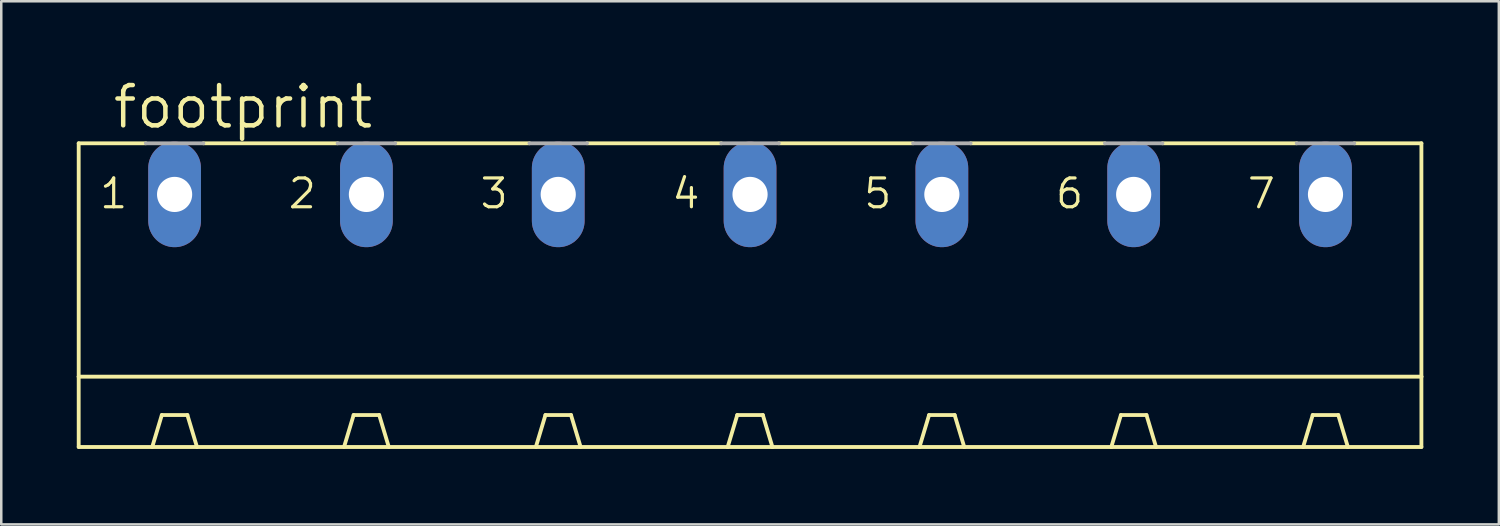
<source format=kicad_pcb>
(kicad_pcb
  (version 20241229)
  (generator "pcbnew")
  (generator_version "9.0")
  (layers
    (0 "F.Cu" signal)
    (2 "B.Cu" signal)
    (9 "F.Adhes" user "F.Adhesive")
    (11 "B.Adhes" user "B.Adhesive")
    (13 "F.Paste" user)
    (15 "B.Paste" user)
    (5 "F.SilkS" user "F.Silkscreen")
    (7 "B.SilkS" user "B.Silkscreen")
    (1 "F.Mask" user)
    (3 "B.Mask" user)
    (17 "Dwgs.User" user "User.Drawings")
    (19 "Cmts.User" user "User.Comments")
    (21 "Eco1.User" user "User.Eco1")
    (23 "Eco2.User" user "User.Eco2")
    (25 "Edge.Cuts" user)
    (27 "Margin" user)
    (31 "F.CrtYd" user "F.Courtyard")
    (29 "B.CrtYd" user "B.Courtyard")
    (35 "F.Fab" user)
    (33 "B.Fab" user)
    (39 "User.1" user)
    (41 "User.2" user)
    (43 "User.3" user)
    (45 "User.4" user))
  (footprint "footprint"
    (layer "F.Cu")
    (at 26.746 9.754)
    (property "Reference" "footprint" (at -25.4 -7.62 0) (layer "F.SilkS") (effects (font (size 1.6 1.6) (thickness 0.178)) (justify left bottom)))
    (fp_line (start -26.67 -7.112) (end -26.67 2.159) (stroke (width 0.152) (type solid)) (layer "F.SilkS"))
    (fp_line (start -26.67 -7.112) (end -24.003 -7.112) (stroke (width 0.152) (type solid)) (layer "F.SilkS"))
    (fp_line (start -26.67 2.159) (end -26.67 4.953) (stroke (width 0.152) (type solid)) (layer "F.SilkS"))
    (fp_line (start -26.67 2.159) (end 26.67 2.159) (stroke (width 0.152) (type solid)) (layer "F.SilkS"))
    (fp_line (start -23.749 4.953) (end -23.368 3.683) (stroke (width 0.152) (type solid)) (layer "F.SilkS"))
    (fp_line (start -22.352 3.683) (end -23.368 3.683) (stroke (width 0.152) (type solid)) (layer "F.SilkS"))
    (fp_line (start -21.971 4.953) (end -22.352 3.683) (stroke (width 0.152) (type solid)) (layer "F.SilkS"))
    (fp_line (start -21.717 -7.112) (end -16.383 -7.112) (stroke (width 0.152) (type solid)) (layer "F.SilkS"))
    (fp_line (start -16.129 4.953) (end -15.748 3.683) (stroke (width 0.152) (type solid)) (layer "F.SilkS"))
    (fp_line (start -15.748 3.683) (end -14.732 3.683) (stroke (width 0.152) (type solid)) (layer "F.SilkS"))
    (fp_line (start -14.351 4.953) (end -14.732 3.683) (stroke (width 0.152) (type solid)) (layer "F.SilkS"))
    (fp_line (start -14.097 -7.112) (end -8.763 -7.112) (stroke (width 0.152) (type solid)) (layer "F.SilkS"))
    (fp_line (start -8.509 4.953) (end -8.128 3.683) (stroke (width 0.152) (type solid)) (layer "F.SilkS"))
    (fp_line (start -8.128 3.683) (end -7.112 3.683) (stroke (width 0.152) (type solid)) (layer "F.SilkS"))
    (fp_line (start -6.731 4.953) (end -7.112 3.683) (stroke (width 0.152) (type solid)) (layer "F.SilkS"))
    (fp_line (start -6.477 -7.112) (end -1.143 -7.112) (stroke (width 0.152) (type solid)) (layer "F.SilkS"))
    (fp_line (start -0.889 4.953) (end -26.67 4.953) (stroke (width 0.152) (type solid)) (layer "F.SilkS"))
    (fp_line (start -0.889 4.953) (end -0.508 3.683) (stroke (width 0.152) (type solid)) (layer "F.SilkS"))
    (fp_line (start -0.508 3.683) (end 0.508 3.683) (stroke (width 0.152) (type solid)) (layer "F.SilkS"))
    (fp_line (start 0.889 4.953) (end -0.889 4.953) (stroke (width 0.152) (type solid)) (layer "F.SilkS"))
    (fp_line (start 0.889 4.953) (end 0.508 3.683) (stroke (width 0.152) (type solid)) (layer "F.SilkS"))
    (fp_line (start 1.143 -7.112) (end 6.477 -7.112) (stroke (width 0.152) (type solid)) (layer "F.SilkS"))
    (fp_line (start 6.731 4.953) (end 0.889 4.953) (stroke (width 0.152) (type solid)) (layer "F.SilkS"))
    (fp_line (start 6.731 4.953) (end 7.112 3.683) (stroke (width 0.152) (type solid)) (layer "F.SilkS"))
    (fp_line (start 7.112 3.683) (end 8.128 3.683) (stroke (width 0.152) (type solid)) (layer "F.SilkS"))
    (fp_line (start 8.509 4.953) (end 6.731 4.953) (stroke (width 0.152) (type solid)) (layer "F.SilkS"))
    (fp_line (start 8.509 4.953) (end 8.128 3.683) (stroke (width 0.152) (type solid)) (layer "F.SilkS"))
    (fp_line (start 8.763 -7.112) (end 14.097 -7.112) (stroke (width 0.152) (type solid)) (layer "F.SilkS"))
    (fp_line (start 14.351 4.953) (end 8.509 4.953) (stroke (width 0.152) (type solid)) (layer "F.SilkS"))
    (fp_line (start 14.351 4.953) (end 14.732 3.683) (stroke (width 0.152) (type solid)) (layer "F.SilkS"))
    (fp_line (start 14.732 3.683) (end 15.748 3.683) (stroke (width 0.152) (type solid)) (layer "F.SilkS"))
    (fp_line (start 16.129 4.953) (end 14.351 4.953) (stroke (width 0.152) (type solid)) (layer "F.SilkS"))
    (fp_line (start 16.129 4.953) (end 15.748 3.683) (stroke (width 0.152) (type solid)) (layer "F.SilkS"))
    (fp_line (start 16.383 -7.112) (end 21.717 -7.112) (stroke (width 0.152) (type solid)) (layer "F.SilkS"))
    (fp_line (start 21.971 4.953) (end 16.129 4.953) (stroke (width 0.152) (type solid)) (layer "F.SilkS"))
    (fp_line (start 21.971 4.953) (end 22.352 3.683) (stroke (width 0.152) (type solid)) (layer "F.SilkS"))
    (fp_line (start 22.352 3.683) (end 23.368 3.683) (stroke (width 0.152) (type solid)) (layer "F.SilkS"))
    (fp_line (start 23.749 4.953) (end 21.971 4.953) (stroke (width 0.152) (type solid)) (layer "F.SilkS"))
    (fp_line (start 23.749 4.953) (end 23.368 3.683) (stroke (width 0.152) (type solid)) (layer "F.SilkS"))
    (fp_line (start 24.003 -7.112) (end 26.67 -7.112) (stroke (width 0.152) (type solid)) (layer "F.SilkS"))
    (fp_line (start 26.67 -7.112) (end 26.67 2.159) (stroke (width 0.152) (type solid)) (layer "F.SilkS"))
    (fp_line (start 26.67 2.159) (end 26.67 4.953) (stroke (width 0.152) (type solid)) (layer "F.SilkS"))
    (fp_line (start 26.67 4.953) (end 23.749 4.953) (stroke (width 0.152) (type solid)) (layer "F.SilkS"))
    (fp_line (start -24.003 -7.112) (end -21.717 -7.112) (stroke (width 0.152) (type solid)) (layer "F.Fab"))
    (fp_line (start -16.383 -7.112) (end -14.097 -7.112) (stroke (width 0.152) (type solid)) (layer "F.Fab"))
    (fp_line (start -8.763 -7.112) (end -6.477 -7.112) (stroke (width 0.152) (type solid)) (layer "F.Fab"))
    (fp_line (start -1.143 -7.112) (end 1.143 -7.112) (stroke (width 0.152) (type solid)) (layer "F.Fab"))
    (fp_line (start 6.477 -7.112) (end 8.763 -7.112) (stroke (width 0.152) (type solid)) (layer "F.Fab"))
    (fp_line (start 14.097 -7.112) (end 16.383 -7.112) (stroke (width 0.152) (type solid)) (layer "F.Fab"))
    (fp_line (start 21.717 -7.112) (end 24.003 -7.112) (stroke (width 0.152) (type solid)) (layer "F.Fab"))
    (fp_text user "7" (at 19.685 -4.445 0) (layer "F.SilkS") (effects (font (size 1.143 1.143) (thickness 0.127)) (justify left bottom)))
    (fp_text user "2" (at -18.415 -4.445 0) (layer "F.SilkS") (effects (font (size 1.143 1.143) (thickness 0.127)) (justify left bottom)))
    (fp_text user "1" (at -25.908 -4.445 0) (layer "F.SilkS") (effects (font (size 1.143 1.143) (thickness 0.127)) (justify left bottom)))
    (fp_text user "3" (at -10.795 -4.445 0) (layer "F.SilkS") (effects (font (size 1.143 1.143) (thickness 0.127)) (justify left bottom)))
    (fp_text user "5" (at 4.445 -4.445 0) (layer "F.SilkS") (effects (font (size 1.143 1.143) (thickness 0.127)) (justify left bottom)))
    (fp_text user "6" (at 12.065 -4.445 0) (layer "F.SilkS") (effects (font (size 1.143 1.143) (thickness 0.127)) (justify left bottom)))
    (fp_text user "4" (at -3.175 -4.445 0) (layer "F.SilkS") (effects (font (size 1.143 1.143) (thickness 0.127)) (justify left bottom)))
    (pad "1" thru_hole oval (at -22.86 -5.08 90) (size 4.191 2.095) (drill 1.397) (layers "*.Cu" "*.Mask"))
    (pad "2" thru_hole oval (at -15.24 -5.08 90) (size 4.191 2.095) (drill 1.397) (layers "*.Cu" "*.Mask"))
    (pad "3" thru_hole oval (at -7.62 -5.08 90) (size 4.191 2.095) (drill 1.397) (layers "*.Cu" "*.Mask"))
    (pad "4" thru_hole oval (at 0 -5.08 90) (size 4.191 2.095) (drill 1.397) (layers "*.Cu" "*.Mask"))
    (pad "5" thru_hole oval (at 7.62 -5.08 90) (size 4.191 2.095) (drill 1.397) (layers "*.Cu" "*.Mask"))
    (pad "6" thru_hole oval (at 15.24 -5.08 90) (size 4.191 2.095) (drill 1.397) (layers "*.Cu" "*.Mask"))
    (pad "7" thru_hole oval (at 22.86 -5.08 90) (size 4.191 2.095) (drill 1.397) (layers "*.Cu" "*.Mask")))
  (gr_rect
    (start -3 -3)
    (end 56.492 17.783)
    (stroke (width 0.1) (type default))
    (fill no)
    (layer "Edge.Cuts")))
</source>
